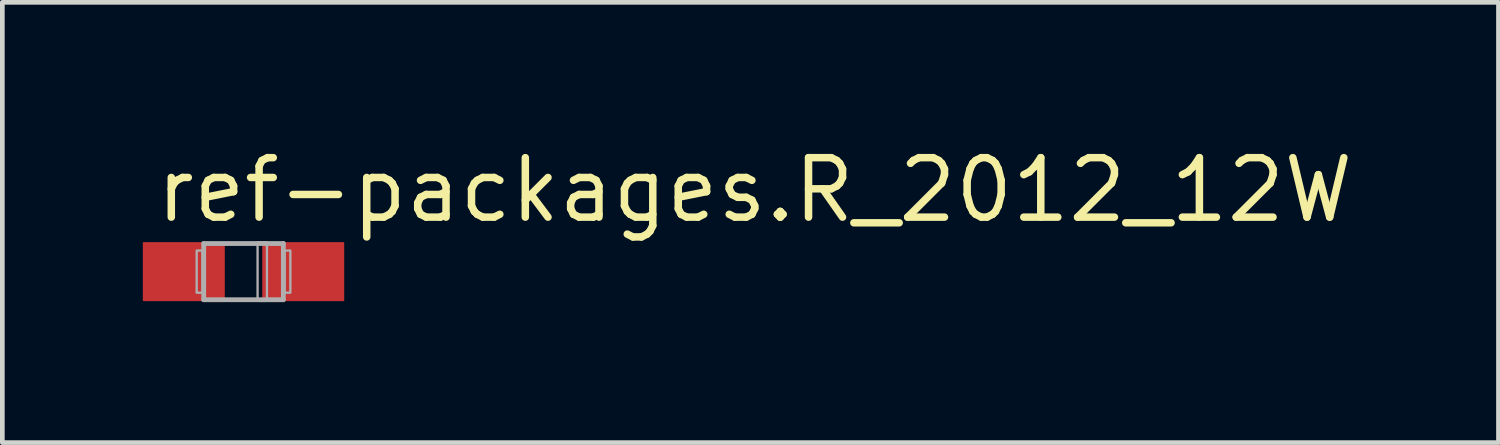
<source format=kicad_pcb>
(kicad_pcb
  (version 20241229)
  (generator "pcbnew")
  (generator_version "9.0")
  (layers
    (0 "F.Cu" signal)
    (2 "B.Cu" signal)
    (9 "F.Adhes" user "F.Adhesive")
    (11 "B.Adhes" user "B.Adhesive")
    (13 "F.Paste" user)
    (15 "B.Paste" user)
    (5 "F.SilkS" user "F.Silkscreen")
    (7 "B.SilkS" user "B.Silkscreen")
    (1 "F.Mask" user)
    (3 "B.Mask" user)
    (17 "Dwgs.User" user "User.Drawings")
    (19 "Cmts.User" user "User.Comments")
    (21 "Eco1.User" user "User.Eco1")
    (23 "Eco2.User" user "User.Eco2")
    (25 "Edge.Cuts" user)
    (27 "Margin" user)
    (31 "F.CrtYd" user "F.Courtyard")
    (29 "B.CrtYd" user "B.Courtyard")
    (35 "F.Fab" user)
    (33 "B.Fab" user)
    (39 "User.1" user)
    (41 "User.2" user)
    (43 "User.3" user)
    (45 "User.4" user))
  (footprint "ref-packages.R_2012_12W"
    (layer "F.Cu")
    (at 2.15 2.75)
    (property "Reference" "ref-packages.R_2012_12W" (at -1.95 -1 0) (layer "F.SilkS") (effects (font (size 1.27 1.27) (thickness 0.16)) (justify left bottom)))
    (attr smd)
    (fp_line (start -0.85 -0.6) (end 0.85 -0.6) (stroke (width 0.102) (type default)) (layer "F.Fab"))
    (fp_line (start -0.85 0.6) (end -0.85 -0.6) (stroke (width 0.102) (type default)) (layer "F.Fab"))
    (fp_line (start 0.85 -0.6) (end 0.85 0.6) (stroke (width 0.102) (type default)) (layer "F.Fab"))
    (fp_line (start 0.85 0.6) (end -0.85 0.6) (stroke (width 0.102) (type default)) (layer "F.Fab"))
    (fp_rect (start -1 0.45) (end -0.875 -0.45) (stroke (width 0.05) (type default)) (fill no) (layer "F.Fab"))
    (fp_rect (start 0.3 0.625) (end 0.5 -0.625) (stroke (width 0.05) (type default)) (fill no) (layer "F.Fab"))
    (fp_rect (start 0.875 0.45) (end 1 -0.45) (stroke (width 0.05) (type default)) (fill no) (layer "F.Fab"))
    (pad "+" smd roundrect (at 1.275 0) (size 1.75 1.26) (layers "F.Cu" "F.Mask" "F.Paste") (roundrect_rratio 0.01))
    (pad "-" smd roundrect (at -1.275 0) (size 1.75 1.26) (layers "F.Cu" "F.Mask" "F.Paste") (roundrect_rratio 0.01)))
  (gr_rect
    (start -3 -3)
    (end 28.947 6.401)
    (stroke (width 0.1) (type default))
    (fill no)
    (layer "Edge.Cuts")))
</source>
